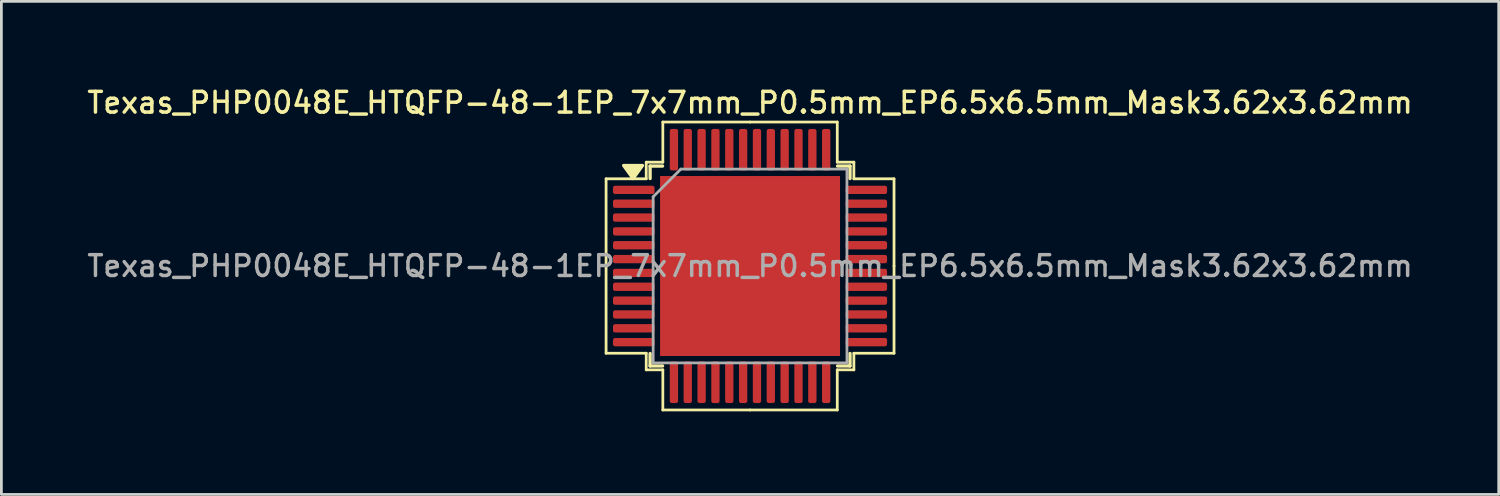
<source format=kicad_pcb>
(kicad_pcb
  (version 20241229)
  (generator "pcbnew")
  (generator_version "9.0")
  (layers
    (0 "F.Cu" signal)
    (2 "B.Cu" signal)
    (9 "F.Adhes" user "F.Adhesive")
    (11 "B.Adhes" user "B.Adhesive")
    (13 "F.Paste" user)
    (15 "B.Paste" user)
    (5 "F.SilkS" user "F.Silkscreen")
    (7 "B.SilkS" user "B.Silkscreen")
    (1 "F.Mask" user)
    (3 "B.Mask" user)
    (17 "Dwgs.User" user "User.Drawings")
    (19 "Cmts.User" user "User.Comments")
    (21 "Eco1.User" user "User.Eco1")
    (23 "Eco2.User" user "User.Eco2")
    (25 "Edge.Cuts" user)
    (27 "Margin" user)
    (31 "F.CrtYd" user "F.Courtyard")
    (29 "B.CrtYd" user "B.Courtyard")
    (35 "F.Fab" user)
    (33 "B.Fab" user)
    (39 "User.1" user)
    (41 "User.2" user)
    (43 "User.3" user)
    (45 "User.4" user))
  (footprint "Texas_PHP0048E_HTQFP-48-1EP_7x7mm_P0.5mm_EP6.5x6.5mm_Mask3.62x3.62mm"
    (layer "F.Cu")
    (at 24.041 6.558)
    (property "Reference" "Texas_PHP0048E_HTQFP-48-1EP_7x7mm_P0.5mm_EP6.5x6.5mm_Mask3.62x3.62mm" (at 0 -5.9 0) (layer "F.SilkS") (effects (font (size 0.75 0.75) (thickness 0.125))))
    (attr smd)
    (fp_line (start -5.2 -3.15) (end -5.2 0) (stroke (width 0.1) (type solid)) (layer "F.SilkS"))
    (fp_line (start -5.2 3.15) (end -5.2 0) (stroke (width 0.1) (type solid)) (layer "F.SilkS"))
    (fp_line (start -3.75 -3.75) (end -3.75 -3.15) (stroke (width 0.1) (type solid)) (layer "F.SilkS"))
    (fp_line (start -3.75 -3.15) (end -5.2 -3.15) (stroke (width 0.1) (type solid)) (layer "F.SilkS"))
    (fp_line (start -3.75 3.15) (end -5.2 3.15) (stroke (width 0.1) (type solid)) (layer "F.SilkS"))
    (fp_line (start -3.75 3.75) (end -3.75 3.15) (stroke (width 0.1) (type solid)) (layer "F.SilkS"))
    (fp_line (start -3.61 -3.61) (end -3.61 -3.16) (stroke (width 0.12) (type solid)) (layer "F.SilkS"))
    (fp_line (start -3.61 3.61) (end -3.61 3.16) (stroke (width 0.12) (type solid)) (layer "F.SilkS"))
    (fp_line (start -3.16 -3.61) (end -3.61 -3.61) (stroke (width 0.12) (type solid)) (layer "F.SilkS"))
    (fp_line (start -3.16 3.61) (end -3.61 3.61) (stroke (width 0.12) (type solid)) (layer "F.SilkS"))
    (fp_line (start -3.15 -5.2) (end -3.15 -3.75) (stroke (width 0.1) (type solid)) (layer "F.SilkS"))
    (fp_line (start -3.15 -3.75) (end -3.75 -3.75) (stroke (width 0.1) (type solid)) (layer "F.SilkS"))
    (fp_line (start -3.15 3.75) (end -3.75 3.75) (stroke (width 0.1) (type solid)) (layer "F.SilkS"))
    (fp_line (start -3.15 5.2) (end -3.15 3.75) (stroke (width 0.1) (type solid)) (layer "F.SilkS"))
    (fp_line (start 0 -5.2) (end -3.15 -5.2) (stroke (width 0.1) (type solid)) (layer "F.SilkS"))
    (fp_line (start 0 -5.2) (end 3.15 -5.2) (stroke (width 0.1) (type solid)) (layer "F.SilkS"))
    (fp_line (start 0 5.2) (end -3.15 5.2) (stroke (width 0.1) (type solid)) (layer "F.SilkS"))
    (fp_line (start 0 5.2) (end 3.15 5.2) (stroke (width 0.1) (type solid)) (layer "F.SilkS"))
    (fp_line (start 3.15 -5.2) (end 3.15 -3.75) (stroke (width 0.1) (type solid)) (layer "F.SilkS"))
    (fp_line (start 3.15 -3.75) (end 3.75 -3.75) (stroke (width 0.1) (type solid)) (layer "F.SilkS"))
    (fp_line (start 3.15 3.75) (end 3.75 3.75) (stroke (width 0.1) (type solid)) (layer "F.SilkS"))
    (fp_line (start 3.15 5.2) (end 3.15 3.75) (stroke (width 0.1) (type solid)) (layer "F.SilkS"))
    (fp_line (start 3.16 -3.61) (end 3.61 -3.61) (stroke (width 0.12) (type solid)) (layer "F.SilkS"))
    (fp_line (start 3.16 3.61) (end 3.61 3.61) (stroke (width 0.12) (type solid)) (layer "F.SilkS"))
    (fp_line (start 3.61 -3.61) (end 3.61 -3.16) (stroke (width 0.12) (type solid)) (layer "F.SilkS"))
    (fp_line (start 3.61 3.61) (end 3.61 3.16) (stroke (width 0.12) (type solid)) (layer "F.SilkS"))
    (fp_line (start 3.75 -3.75) (end 3.75 -3.15) (stroke (width 0.1) (type solid)) (layer "F.SilkS"))
    (fp_line (start 3.75 -3.15) (end 5.2 -3.15) (stroke (width 0.1) (type solid)) (layer "F.SilkS"))
    (fp_line (start 3.75 3.15) (end 5.2 3.15) (stroke (width 0.1) (type solid)) (layer "F.SilkS"))
    (fp_line (start 3.75 3.75) (end 3.75 3.15) (stroke (width 0.1) (type solid)) (layer "F.SilkS"))
    (fp_line (start 5.2 -3.15) (end 5.2 0) (stroke (width 0.1) (type solid)) (layer "F.SilkS"))
    (fp_line (start 5.2 3.15) (end 5.2 0) (stroke (width 0.1) (type solid)) (layer "F.SilkS"))
    (fp_poly (pts (xy -4.225 -3.16) (xy -4.565 -3.63) (xy -3.885 -3.63) (xy -4.225 -3.16)) (stroke (width 0.12) (type solid)) (fill yes) (layer "F.SilkS"))
    (fp_line (start -3.5 -2.5) (end -2.5 -3.5) (stroke (width 0.1) (type solid)) (layer "F.Fab"))
    (fp_line (start -3.5 3.5) (end -3.5 -2.5) (stroke (width 0.1) (type solid)) (layer "F.Fab"))
    (fp_line (start -2.5 -3.5) (end 3.5 -3.5) (stroke (width 0.1) (type solid)) (layer "F.Fab"))
    (fp_line (start 3.5 -3.5) (end 3.5 3.5) (stroke (width 0.1) (type solid)) (layer "F.Fab"))
    (fp_line (start 3.5 3.5) (end -3.5 3.5) (stroke (width 0.1) (type solid)) (layer "F.Fab"))
    (fp_text user "${REFERENCE}" (at 0 0 0) (layer "F.Fab") (effects (font (size 0.75 0.75) (thickness 0.125))))
    (pad "" smd rect (at 0 0) (size 3.62 3.62) (layers "F.Mask"))
    (pad "" smd roundrect (at 0 0) (size 3.62 3.62) (layers "F.Paste") (roundrect_rratio 0.069))
    (pad "1" smd roundrect (at -4.2 -2.75) (size 1.5 0.3) (layers "F.Cu" "F.Mask" "F.Paste") (roundrect_rratio 0.25))
    (pad "2" smd roundrect (at -4.2 -2.25) (size 1.5 0.3) (layers "F.Cu" "F.Mask" "F.Paste") (roundrect_rratio 0.25))
    (pad "3" smd roundrect (at -4.2 -1.75) (size 1.5 0.3) (layers "F.Cu" "F.Mask" "F.Paste") (roundrect_rratio 0.25))
    (pad "4" smd roundrect (at -4.2 -1.25) (size 1.5 0.3) (layers "F.Cu" "F.Mask" "F.Paste") (roundrect_rratio 0.25))
    (pad "5" smd roundrect (at -4.2 -0.75) (size 1.5 0.3) (layers "F.Cu" "F.Mask" "F.Paste") (roundrect_rratio 0.25))
    (pad "6" smd roundrect (at -4.2 -0.25) (size 1.5 0.3) (layers "F.Cu" "F.Mask" "F.Paste") (roundrect_rratio 0.25))
    (pad "7" smd roundrect (at -4.2 0.25) (size 1.5 0.3) (layers "F.Cu" "F.Mask" "F.Paste") (roundrect_rratio 0.25))
    (pad "8" smd roundrect (at -4.2 0.75) (size 1.5 0.3) (layers "F.Cu" "F.Mask" "F.Paste") (roundrect_rratio 0.25))
    (pad "9" smd roundrect (at -4.2 1.25) (size 1.5 0.3) (layers "F.Cu" "F.Mask" "F.Paste") (roundrect_rratio 0.25))
    (pad "10" smd roundrect (at -4.2 1.75) (size 1.5 0.3) (layers "F.Cu" "F.Mask" "F.Paste") (roundrect_rratio 0.25))
    (pad "11" smd roundrect (at -4.2 2.25) (size 1.5 0.3) (layers "F.Cu" "F.Mask" "F.Paste") (roundrect_rratio 0.25))
    (pad "12" smd roundrect (at -4.2 2.75) (size 1.5 0.3) (layers "F.Cu" "F.Mask" "F.Paste") (roundrect_rratio 0.25))
    (pad "13" smd roundrect (at -2.75 4.2) (size 0.3 1.5) (layers "F.Cu" "F.Mask" "F.Paste") (roundrect_rratio 0.25))
    (pad "14" smd roundrect (at -2.25 4.2) (size 0.3 1.5) (layers "F.Cu" "F.Mask" "F.Paste") (roundrect_rratio 0.25))
    (pad "15" smd roundrect (at -1.75 4.2) (size 0.3 1.5) (layers "F.Cu" "F.Mask" "F.Paste") (roundrect_rratio 0.25))
    (pad "16" smd roundrect (at -1.25 4.2) (size 0.3 1.5) (layers "F.Cu" "F.Mask" "F.Paste") (roundrect_rratio 0.25))
    (pad "17" smd roundrect (at -0.75 4.2) (size 0.3 1.5) (layers "F.Cu" "F.Mask" "F.Paste") (roundrect_rratio 0.25))
    (pad "18" smd roundrect (at -0.25 4.2) (size 0.3 1.5) (layers "F.Cu" "F.Mask" "F.Paste") (roundrect_rratio 0.25))
    (pad "19" smd roundrect (at 0.25 4.2) (size 0.3 1.5) (layers "F.Cu" "F.Mask" "F.Paste") (roundrect_rratio 0.25))
    (pad "20" smd roundrect (at 0.75 4.2) (size 0.3 1.5) (layers "F.Cu" "F.Mask" "F.Paste") (roundrect_rratio 0.25))
    (pad "21" smd roundrect (at 1.25 4.2) (size 0.3 1.5) (layers "F.Cu" "F.Mask" "F.Paste") (roundrect_rratio 0.25))
    (pad "22" smd roundrect (at 1.75 4.2) (size 0.3 1.5) (layers "F.Cu" "F.Mask" "F.Paste") (roundrect_rratio 0.25))
    (pad "23" smd roundrect (at 2.25 4.2) (size 0.3 1.5) (layers "F.Cu" "F.Mask" "F.Paste") (roundrect_rratio 0.25))
    (pad "24" smd roundrect (at 2.75 4.2) (size 0.3 1.5) (layers "F.Cu" "F.Mask" "F.Paste") (roundrect_rratio 0.25))
    (pad "25" smd roundrect (at 4.2 2.75) (size 1.5 0.3) (layers "F.Cu" "F.Mask" "F.Paste") (roundrect_rratio 0.25))
    (pad "26" smd roundrect (at 4.2 2.25) (size 1.5 0.3) (layers "F.Cu" "F.Mask" "F.Paste") (roundrect_rratio 0.25))
    (pad "27" smd roundrect (at 4.2 1.75) (size 1.5 0.3) (layers "F.Cu" "F.Mask" "F.Paste") (roundrect_rratio 0.25))
    (pad "28" smd roundrect (at 4.2 1.25) (size 1.5 0.3) (layers "F.Cu" "F.Mask" "F.Paste") (roundrect_rratio 0.25))
    (pad "29" smd roundrect (at 4.2 0.75) (size 1.5 0.3) (layers "F.Cu" "F.Mask" "F.Paste") (roundrect_rratio 0.25))
    (pad "30" smd roundrect (at 4.2 0.25) (size 1.5 0.3) (layers "F.Cu" "F.Mask" "F.Paste") (roundrect_rratio 0.25))
    (pad "31" smd roundrect (at 4.2 -0.25) (size 1.5 0.3) (layers "F.Cu" "F.Mask" "F.Paste") (roundrect_rratio 0.25))
    (pad "32" smd roundrect (at 4.2 -0.75) (size 1.5 0.3) (layers "F.Cu" "F.Mask" "F.Paste") (roundrect_rratio 0.25))
    (pad "33" smd roundrect (at 4.2 -1.25) (size 1.5 0.3) (layers "F.Cu" "F.Mask" "F.Paste") (roundrect_rratio 0.25))
    (pad "34" smd roundrect (at 4.2 -1.75) (size 1.5 0.3) (layers "F.Cu" "F.Mask" "F.Paste") (roundrect_rratio 0.25))
    (pad "35" smd roundrect (at 4.2 -2.25) (size 1.5 0.3) (layers "F.Cu" "F.Mask" "F.Paste") (roundrect_rratio 0.25))
    (pad "36" smd roundrect (at 4.2 -2.75) (size 1.5 0.3) (layers "F.Cu" "F.Mask" "F.Paste") (roundrect_rratio 0.25))
    (pad "37" smd roundrect (at 2.75 -4.2) (size 0.3 1.5) (layers "F.Cu" "F.Mask" "F.Paste") (roundrect_rratio 0.25))
    (pad "38" smd roundrect (at 2.25 -4.2) (size 0.3 1.5) (layers "F.Cu" "F.Mask" "F.Paste") (roundrect_rratio 0.25))
    (pad "39" smd roundrect (at 1.75 -4.2) (size 0.3 1.5) (layers "F.Cu" "F.Mask" "F.Paste") (roundrect_rratio 0.25))
    (pad "40" smd roundrect (at 1.25 -4.2) (size 0.3 1.5) (layers "F.Cu" "F.Mask" "F.Paste") (roundrect_rratio 0.25))
    (pad "41" smd roundrect (at 0.75 -4.2) (size 0.3 1.5) (layers "F.Cu" "F.Mask" "F.Paste") (roundrect_rratio 0.25))
    (pad "42" smd roundrect (at 0.25 -4.2) (size 0.3 1.5) (layers "F.Cu" "F.Mask" "F.Paste") (roundrect_rratio 0.25))
    (pad "43" smd roundrect (at -0.25 -4.2) (size 0.3 1.5) (layers "F.Cu" "F.Mask" "F.Paste") (roundrect_rratio 0.25))
    (pad "44" smd roundrect (at -0.75 -4.2) (size 0.3 1.5) (layers "F.Cu" "F.Mask" "F.Paste") (roundrect_rratio 0.25))
    (pad "45" smd roundrect (at -1.25 -4.2) (size 0.3 1.5) (layers "F.Cu" "F.Mask" "F.Paste") (roundrect_rratio 0.25))
    (pad "46" smd roundrect (at -1.75 -4.2) (size 0.3 1.5) (layers "F.Cu" "F.Mask" "F.Paste") (roundrect_rratio 0.25))
    (pad "47" smd roundrect (at -2.25 -4.2) (size 0.3 1.5) (layers "F.Cu" "F.Mask" "F.Paste") (roundrect_rratio 0.25))
    (pad "48" smd roundrect (at -2.75 -4.2) (size 0.3 1.5) (layers "F.Cu" "F.Mask" "F.Paste") (roundrect_rratio 0.25))
    (pad "49" smd rect (at 0 0) (size 6.5 6.5) (property pad_prop_heatsink) (layers "F.Cu")))
  (gr_rect
    (start -3 -3)
    (end 51.082 14.808)
    (stroke (width 0.1) (type default))
    (fill no)
    (layer "Edge.Cuts")))
</source>
